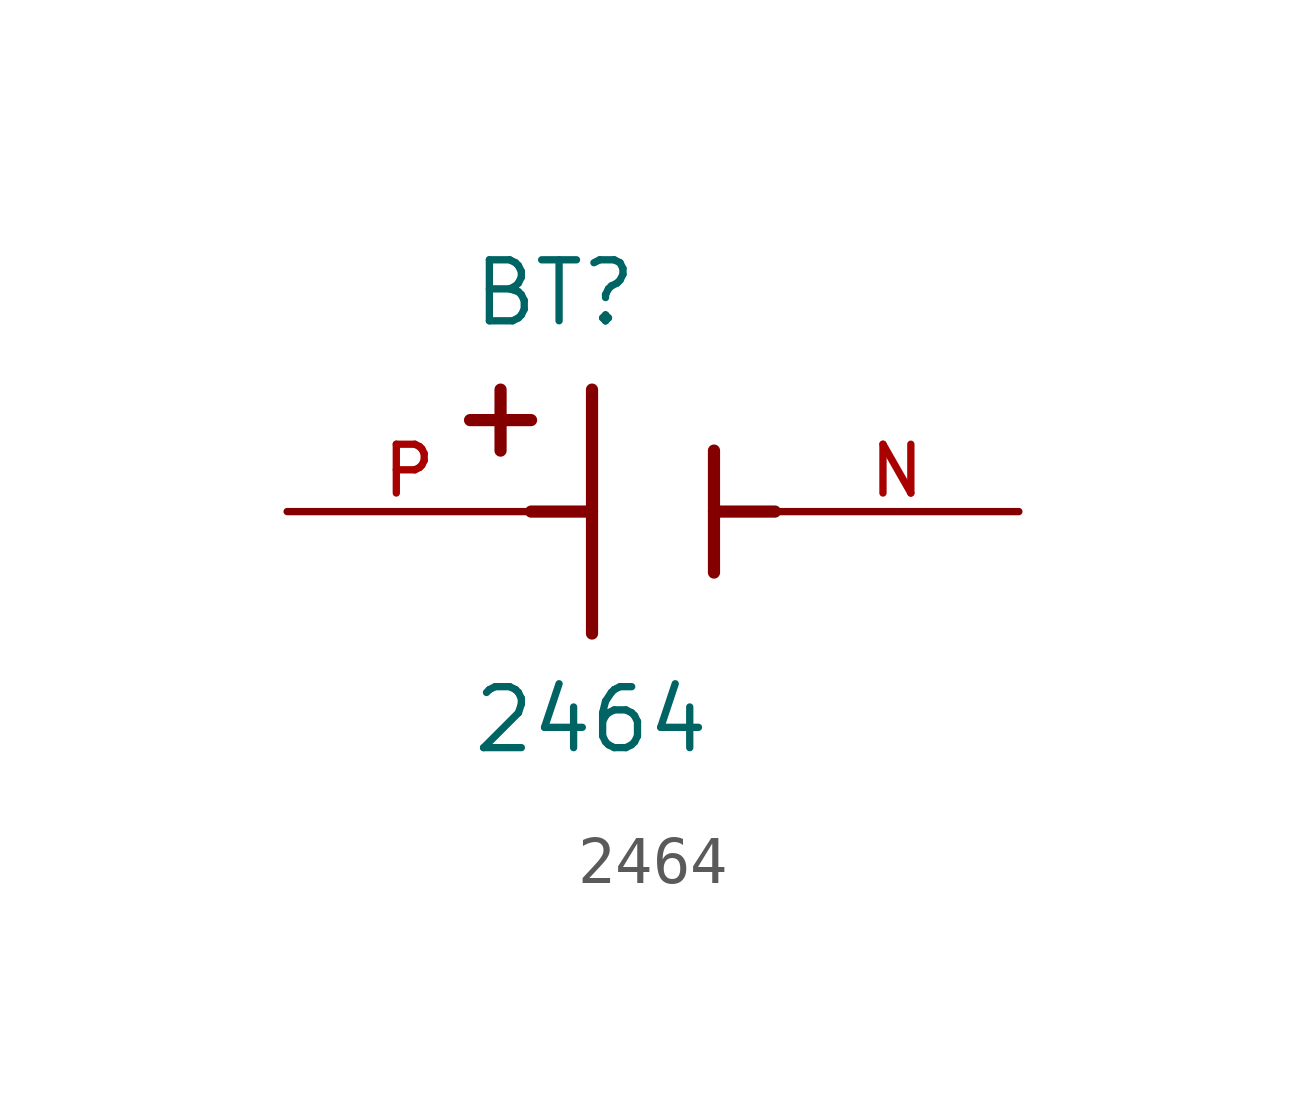
<source format=kicad_sym>
(kicad_symbol_lib
  (version 20211014)
  (generator kicad_symbol_editor)
  (symbol "2464"
    (pin_names
      (offset 1.016))
    (property "Reference" "BT"
      (at -3.81 3.81 0)
      (effects (font (size 1.27 1.27)) (justify bottom left)))
    (property "Value" "2464"
      (at -3.81 -5.08 0)
      (effects (font (size 1.27 1.27)) (justify bottom left)))
    (symbol "2464_0_0"
      (polyline (pts (xy -1.27 2.54) (xy -1.27 -2.54)) (stroke (width 0.254)))
      (polyline (pts (xy 1.27 1.27) (xy 1.27 -1.27)) (stroke (width 0.254)))
      (polyline (pts (xy -1.27 0.0) (xy -2.54 0.0)) (stroke (width 0.254)))
      (polyline (pts (xy 1.27 0.0) (xy 2.54 0.0)) (stroke (width 0.254)))
      (polyline (pts (xy -3.175 2.54) (xy -3.175 1.27)) (stroke (width 0.254)))
      (polyline (pts (xy -3.81 1.905) (xy -2.54 1.905)) (stroke (width 0.254)))
      (pin passive line (at -7.62 0.0 0) (length 5.08) (name "~" (effects (font (size 1.016 1.016)))) (number "P" (effects (font (size 1.016 1.016)))))
      (pin passive line (at 7.62 0.0 180.0) (length 5.08) (name "~" (effects (font (size 1.016 1.016)))) (number "N" (effects (font (size 1.016 1.016))))))))
</source>
